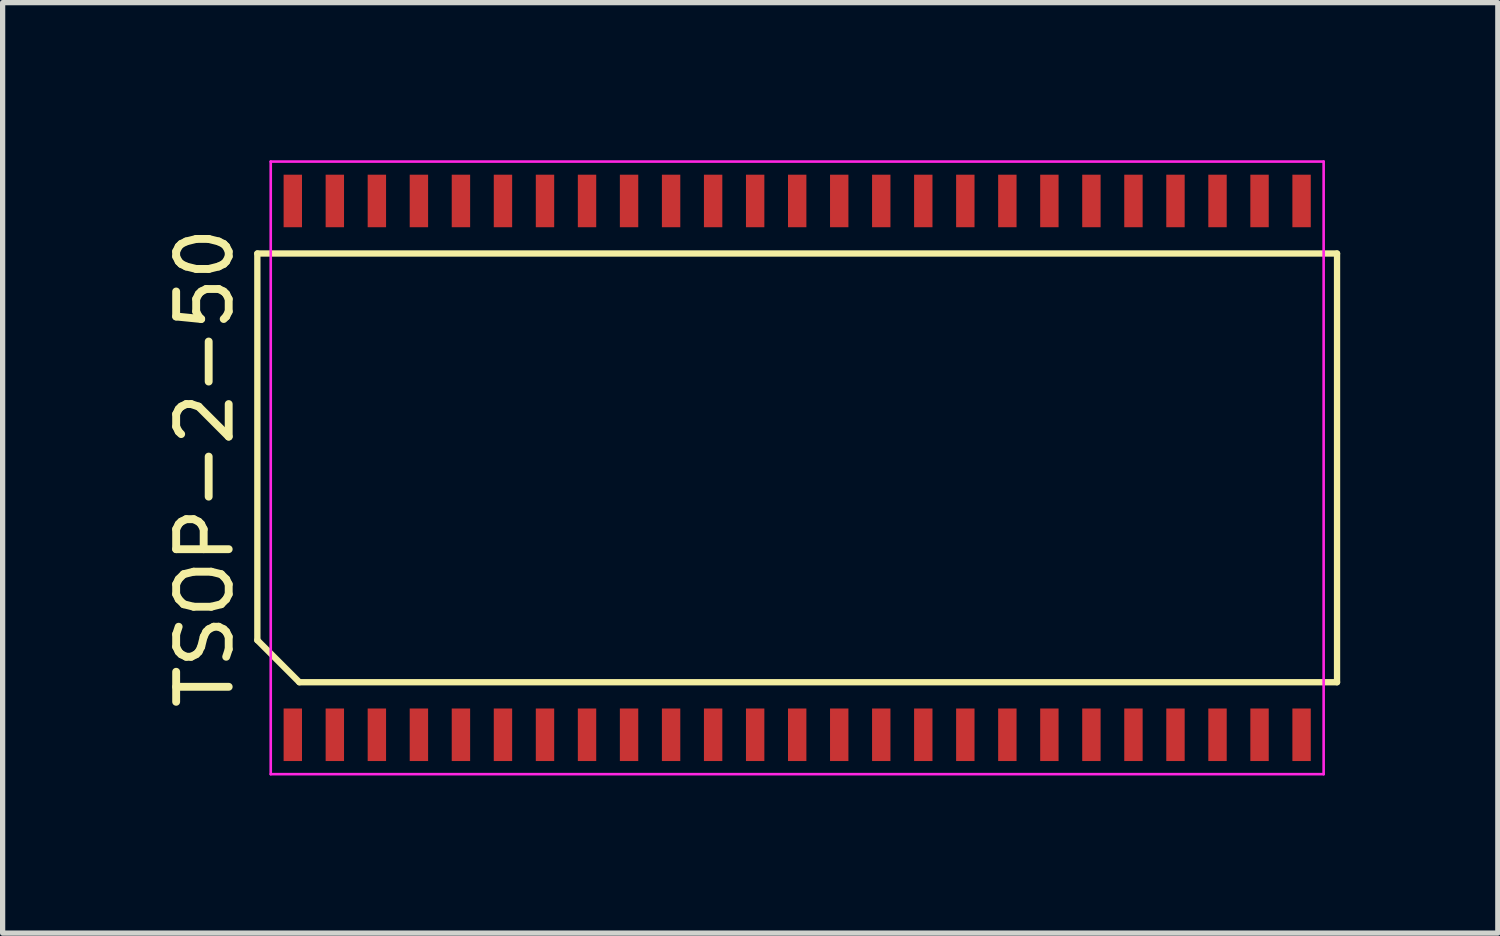
<source format=kicad_pcb>
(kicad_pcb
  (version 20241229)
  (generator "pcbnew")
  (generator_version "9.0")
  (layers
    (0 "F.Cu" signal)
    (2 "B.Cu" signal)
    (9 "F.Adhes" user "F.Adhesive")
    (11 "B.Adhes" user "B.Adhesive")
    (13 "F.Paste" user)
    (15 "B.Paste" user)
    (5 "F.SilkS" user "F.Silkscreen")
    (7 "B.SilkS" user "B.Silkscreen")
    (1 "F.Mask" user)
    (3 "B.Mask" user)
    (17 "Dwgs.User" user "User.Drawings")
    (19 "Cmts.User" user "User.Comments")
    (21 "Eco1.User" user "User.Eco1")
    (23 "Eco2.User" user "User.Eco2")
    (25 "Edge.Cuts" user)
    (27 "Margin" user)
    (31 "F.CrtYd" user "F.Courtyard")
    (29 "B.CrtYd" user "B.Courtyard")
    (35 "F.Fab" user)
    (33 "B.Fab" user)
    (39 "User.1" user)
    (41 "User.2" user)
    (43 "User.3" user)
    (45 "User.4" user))
  (footprint "TSOP-2-50"
    (layer "F.Cu")
    (at 12.123 5.855)
    (property "Reference" "TSOP-2-50" (at -11.275 0 90) (layer "F.SilkS") (effects (font (size 1 1) (thickness 0.15))))
    (attr smd)
    (fp_line (start -10.275 -4.08) (end 10.275 -4.08) (stroke (width 0.12) (type default)) (layer "F.SilkS"))
    (fp_line (start -10.275 3.28) (end -10.275 -4.08) (stroke (width 0.12) (type default)) (layer "F.SilkS"))
    (fp_line (start -9.475 4.08) (end -10.275 3.28) (stroke (width 0.12) (type default)) (layer "F.SilkS"))
    (fp_line (start 10.275 -4.08) (end 10.275 4.08) (stroke (width 0.12) (type default)) (layer "F.SilkS"))
    (fp_line (start 10.275 4.08) (end -9.475 4.08) (stroke (width 0.12) (type default)) (layer "F.SilkS"))
    (fp_line (start -10.02 -5.83) (end 10.02 -5.83) (stroke (width 0.05) (type default)) (layer "F.CrtYd"))
    (fp_line (start -10.02 5.83) (end -10.02 -5.83) (stroke (width 0.05) (type default)) (layer "F.CrtYd"))
    (fp_line (start 10.02 -5.83) (end 10.02 5.83) (stroke (width 0.05) (type default)) (layer "F.CrtYd"))
    (fp_line (start 10.02 5.83) (end -10.02 5.83) (stroke (width 0.05) (type default)) (layer "F.CrtYd"))
    (pad "1" smd rect (at -9.6 5.08) (size 0.35 1) (layers "F.Cu" "F.Mask" "F.Paste"))
    (pad "2" smd rect (at -8.8 5.08) (size 0.35 1) (layers "F.Cu" "F.Mask" "F.Paste"))
    (pad "3" smd rect (at -8 5.08) (size 0.35 1) (layers "F.Cu" "F.Mask" "F.Paste"))
    (pad "4" smd rect (at -7.2 5.08) (size 0.35 1) (layers "F.Cu" "F.Mask" "F.Paste"))
    (pad "5" smd rect (at -6.4 5.08) (size 0.35 1) (layers "F.Cu" "F.Mask" "F.Paste"))
    (pad "6" smd rect (at -5.6 5.08) (size 0.35 1) (layers "F.Cu" "F.Mask" "F.Paste"))
    (pad "7" smd rect (at -4.8 5.08) (size 0.35 1) (layers "F.Cu" "F.Mask" "F.Paste"))
    (pad "8" smd rect (at -4 5.08) (size 0.35 1) (layers "F.Cu" "F.Mask" "F.Paste"))
    (pad "9" smd rect (at -3.2 5.08) (size 0.35 1) (layers "F.Cu" "F.Mask" "F.Paste"))
    (pad "10" smd rect (at -2.4 5.08) (size 0.35 1) (layers "F.Cu" "F.Mask" "F.Paste"))
    (pad "11" smd rect (at -1.6 5.08) (size 0.35 1) (layers "F.Cu" "F.Mask" "F.Paste"))
    (pad "12" smd rect (at -0.8 5.08) (size 0.35 1) (layers "F.Cu" "F.Mask" "F.Paste"))
    (pad "13" smd rect (at 0 5.08) (size 0.35 1) (layers "F.Cu" "F.Mask" "F.Paste"))
    (pad "14" smd rect (at 0.8 5.08) (size 0.35 1) (layers "F.Cu" "F.Mask" "F.Paste"))
    (pad "15" smd rect (at 1.6 5.08) (size 0.35 1) (layers "F.Cu" "F.Mask" "F.Paste"))
    (pad "16" smd rect (at 2.4 5.08) (size 0.35 1) (layers "F.Cu" "F.Mask" "F.Paste"))
    (pad "17" smd rect (at 3.2 5.08) (size 0.35 1) (layers "F.Cu" "F.Mask" "F.Paste"))
    (pad "18" smd rect (at 4 5.08) (size 0.35 1) (layers "F.Cu" "F.Mask" "F.Paste"))
    (pad "19" smd rect (at 4.8 5.08) (size 0.35 1) (layers "F.Cu" "F.Mask" "F.Paste"))
    (pad "20" smd rect (at 5.6 5.08) (size 0.35 1) (layers "F.Cu" "F.Mask" "F.Paste"))
    (pad "21" smd rect (at 6.4 5.08) (size 0.35 1) (layers "F.Cu" "F.Mask" "F.Paste"))
    (pad "22" smd rect (at 7.2 5.08) (size 0.35 1) (layers "F.Cu" "F.Mask" "F.Paste"))
    (pad "23" smd rect (at 8 5.08) (size 0.35 1) (layers "F.Cu" "F.Mask" "F.Paste"))
    (pad "24" smd rect (at 8.8 5.08) (size 0.35 1) (layers "F.Cu" "F.Mask" "F.Paste"))
    (pad "25" smd rect (at 9.6 5.08) (size 0.35 1) (layers "F.Cu" "F.Mask" "F.Paste"))
    (pad "26" smd rect (at 9.6 -5.08) (size 0.35 1) (layers "F.Cu" "F.Mask" "F.Paste"))
    (pad "27" smd rect (at 8.8 -5.08) (size 0.35 1) (layers "F.Cu" "F.Mask" "F.Paste"))
    (pad "28" smd rect (at 8 -5.08) (size 0.35 1) (layers "F.Cu" "F.Mask" "F.Paste"))
    (pad "29" smd rect (at 7.2 -5.08) (size 0.35 1) (layers "F.Cu" "F.Mask" "F.Paste"))
    (pad "30" smd rect (at 6.4 -5.08) (size 0.35 1) (layers "F.Cu" "F.Mask" "F.Paste"))
    (pad "31" smd rect (at 5.6 -5.08) (size 0.35 1) (layers "F.Cu" "F.Mask" "F.Paste"))
    (pad "32" smd rect (at 4.8 -5.08) (size 0.35 1) (layers "F.Cu" "F.Mask" "F.Paste"))
    (pad "33" smd rect (at 4 -5.08) (size 0.35 1) (layers "F.Cu" "F.Mask" "F.Paste"))
    (pad "34" smd rect (at 3.2 -5.08) (size 0.35 1) (layers "F.Cu" "F.Mask" "F.Paste"))
    (pad "35" smd rect (at 2.4 -5.08) (size 0.35 1) (layers "F.Cu" "F.Mask" "F.Paste"))
    (pad "36" smd rect (at 1.6 -5.08) (size 0.35 1) (layers "F.Cu" "F.Mask" "F.Paste"))
    (pad "37" smd rect (at 0.8 -5.08) (size 0.35 1) (layers "F.Cu" "F.Mask" "F.Paste"))
    (pad "38" smd rect (at 0 -5.08) (size 0.35 1) (layers "F.Cu" "F.Mask" "F.Paste"))
    (pad "39" smd rect (at -0.8 -5.08) (size 0.35 1) (layers "F.Cu" "F.Mask" "F.Paste"))
    (pad "40" smd rect (at -1.6 -5.08) (size 0.35 1) (layers "F.Cu" "F.Mask" "F.Paste"))
    (pad "41" smd rect (at -2.4 -5.08) (size 0.35 1) (layers "F.Cu" "F.Mask" "F.Paste"))
    (pad "42" smd rect (at -3.2 -5.08) (size 0.35 1) (layers "F.Cu" "F.Mask" "F.Paste"))
    (pad "43" smd rect (at -4 -5.08) (size 0.35 1) (layers "F.Cu" "F.Mask" "F.Paste"))
    (pad "44" smd rect (at -4.8 -5.08) (size 0.35 1) (layers "F.Cu" "F.Mask" "F.Paste"))
    (pad "45" smd rect (at -5.6 -5.08) (size 0.35 1) (layers "F.Cu" "F.Mask" "F.Paste"))
    (pad "46" smd rect (at -6.4 -5.08) (size 0.35 1) (layers "F.Cu" "F.Mask" "F.Paste"))
    (pad "47" smd rect (at -7.2 -5.08) (size 0.35 1) (layers "F.Cu" "F.Mask" "F.Paste"))
    (pad "48" smd rect (at -8 -5.08) (size 0.35 1) (layers "F.Cu" "F.Mask" "F.Paste"))
    (pad "49" smd rect (at -8.8 -5.08) (size 0.35 1) (layers "F.Cu" "F.Mask" "F.Paste"))
    (pad "50" smd rect (at -9.6 -5.08) (size 0.35 1) (layers "F.Cu" "F.Mask" "F.Paste")))
  (gr_rect
    (start -3 -3)
    (end 25.458 14.71)
    (stroke (width 0.1) (type default))
    (fill no)
    (layer "Edge.Cuts")))
</source>
